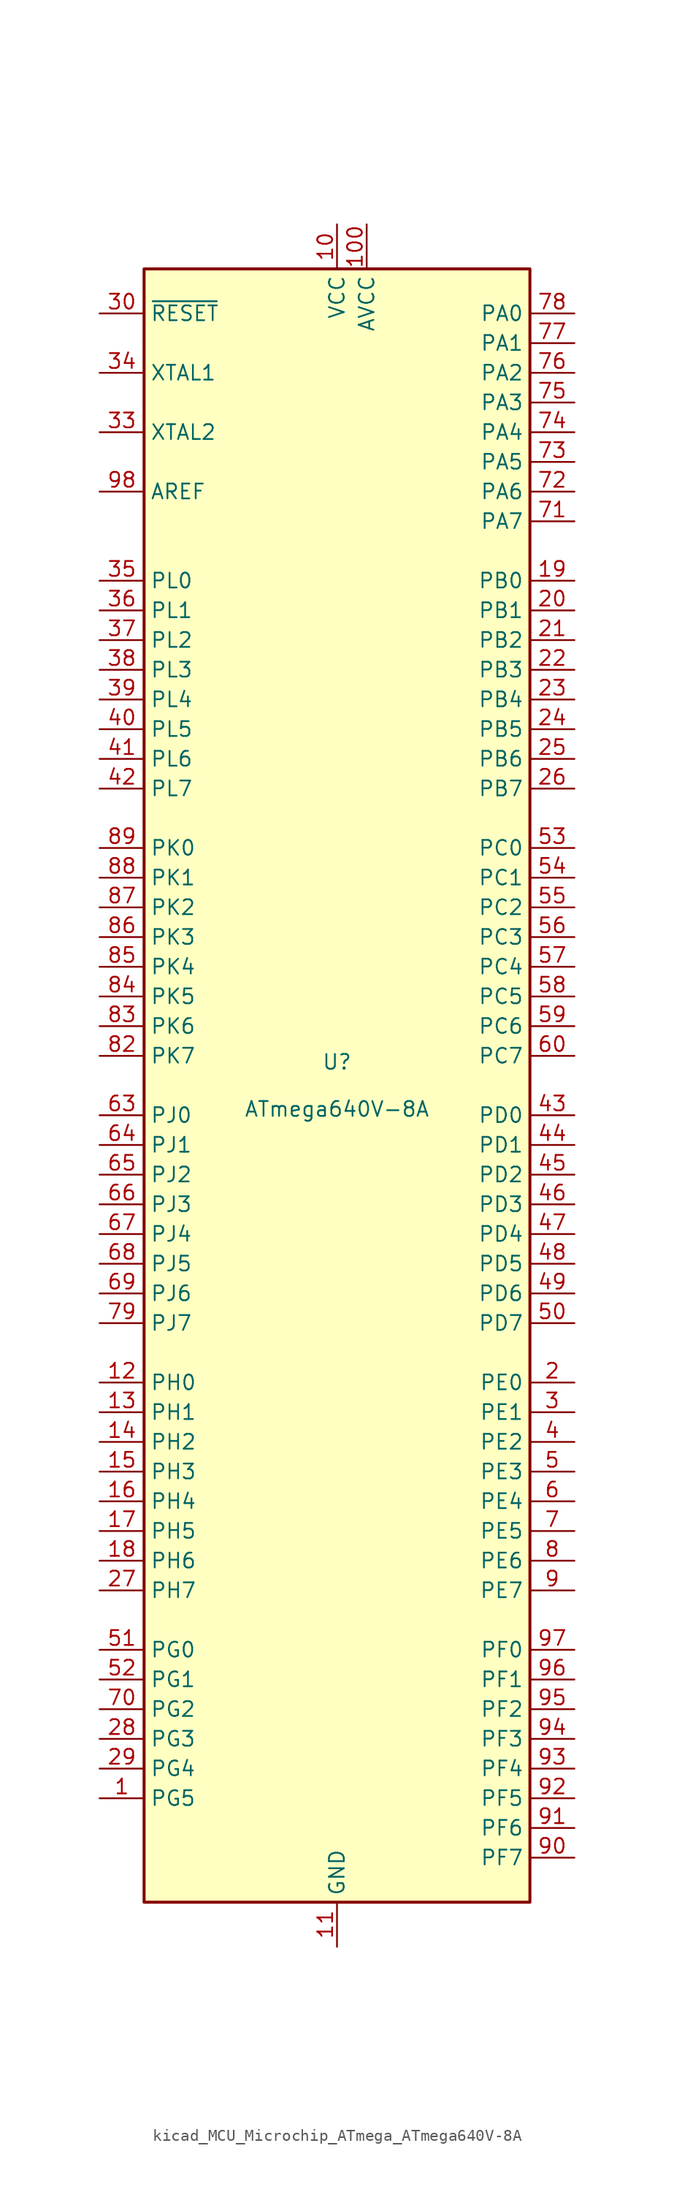
<source format=kicad_sym>
(kicad_symbol_lib
  (version 20220914)
  (generator kicad_symbol_editor)
  (symbol "kicad_MCU_Microchip_ATmega_ATmega640V-8A"
    (property "Reference" "U"
      (at 0 1.27 0)
      (effects (font (size 1.27 1.27)) (justify bottom)))
    (property "Value" "ATmega640V-8A"
      (at 0 -1.27 0)
      (effects (font (size 1.27 1.27)) (justify top)))
    (symbol "kicad_MCU_Microchip_ATmega_ATmega640V-8A_0_1"
      (rectangle (start -16.51 -69.85) (end 16.51 69.85) (stroke (width 0.254) (type default)) (fill (type background))))
    (symbol "kicad_MCU_Microchip_ATmega_ATmega640V-8A_1_1"
      (pin bidirectional line (at -20.32 -60.96 0) (length 3.81) (name "PG5" (effects (font (size 1.27 1.27)))) (number "1" (effects (font (size 1.27 1.27)))))
      (pin power_in line (at 0 73.66 270) (length 3.81) (name "VCC" (effects (font (size 1.27 1.27)))) (number "10" (effects (font (size 1.27 1.27)))))
      (pin power_in line (at 2.54 73.66 270) (length 3.81) (name "AVCC" (effects (font (size 1.27 1.27)))) (number "100" (effects (font (size 1.27 1.27)))))
      (pin power_in line (at 0 -73.66 90) (length 3.81) (name "GND" (effects (font (size 1.27 1.27)))) (number "11" (effects (font (size 1.27 1.27)))))
      (pin bidirectional line (at -20.32 -25.4 0) (length 3.81) (name "PH0" (effects (font (size 1.27 1.27)))) (number "12" (effects (font (size 1.27 1.27)))))
      (pin bidirectional line (at -20.32 -27.94 0) (length 3.81) (name "PH1" (effects (font (size 1.27 1.27)))) (number "13" (effects (font (size 1.27 1.27)))))
      (pin bidirectional line (at -20.32 -30.48 0) (length 3.81) (name "PH2" (effects (font (size 1.27 1.27)))) (number "14" (effects (font (size 1.27 1.27)))))
      (pin bidirectional line (at -20.32 -33.02 0) (length 3.81) (name "PH3" (effects (font (size 1.27 1.27)))) (number "15" (effects (font (size 1.27 1.27)))))
      (pin bidirectional line (at -20.32 -35.56 0) (length 3.81) (name "PH4" (effects (font (size 1.27 1.27)))) (number "16" (effects (font (size 1.27 1.27)))))
      (pin bidirectional line (at -20.32 -38.1 0) (length 3.81) (name "PH5" (effects (font (size 1.27 1.27)))) (number "17" (effects (font (size 1.27 1.27)))))
      (pin bidirectional line (at -20.32 -40.64 0) (length 3.81) (name "PH6" (effects (font (size 1.27 1.27)))) (number "18" (effects (font (size 1.27 1.27)))))
      (pin bidirectional line (at 20.32 43.18 180) (length 3.81) (name "PB0" (effects (font (size 1.27 1.27)))) (number "19" (effects (font (size 1.27 1.27)))))
      (pin bidirectional line (at 20.32 -25.4 180) (length 3.81) (name "PE0" (effects (font (size 1.27 1.27)))) (number "2" (effects (font (size 1.27 1.27)))))
      (pin bidirectional line (at 20.32 40.64 180) (length 3.81) (name "PB1" (effects (font (size 1.27 1.27)))) (number "20" (effects (font (size 1.27 1.27)))))
      (pin bidirectional line (at 20.32 38.1 180) (length 3.81) (name "PB2" (effects (font (size 1.27 1.27)))) (number "21" (effects (font (size 1.27 1.27)))))
      (pin bidirectional line (at 20.32 35.56 180) (length 3.81) (name "PB3" (effects (font (size 1.27 1.27)))) (number "22" (effects (font (size 1.27 1.27)))))
      (pin bidirectional line (at 20.32 33.02 180) (length 3.81) (name "PB4" (effects (font (size 1.27 1.27)))) (number "23" (effects (font (size 1.27 1.27)))))
      (pin bidirectional line (at 20.32 30.48 180) (length 3.81) (name "PB5" (effects (font (size 1.27 1.27)))) (number "24" (effects (font (size 1.27 1.27)))))
      (pin bidirectional line (at 20.32 27.94 180) (length 3.81) (name "PB6" (effects (font (size 1.27 1.27)))) (number "25" (effects (font (size 1.27 1.27)))))
      (pin bidirectional line (at 20.32 25.4 180) (length 3.81) (name "PB7" (effects (font (size 1.27 1.27)))) (number "26" (effects (font (size 1.27 1.27)))))
      (pin bidirectional line (at -20.32 -43.18 0) (length 3.81) (name "PH7" (effects (font (size 1.27 1.27)))) (number "27" (effects (font (size 1.27 1.27)))))
      (pin bidirectional line (at -20.32 -55.88 0) (length 3.81) (name "PG3" (effects (font (size 1.27 1.27)))) (number "28" (effects (font (size 1.27 1.27)))))
      (pin bidirectional line (at -20.32 -58.42 0) (length 3.81) (name "PG4" (effects (font (size 1.27 1.27)))) (number "29" (effects (font (size 1.27 1.27)))))
      (pin bidirectional line (at 20.32 -27.94 180) (length 3.81) (name "PE1" (effects (font (size 1.27 1.27)))) (number "3" (effects (font (size 1.27 1.27)))))
      (pin input line (at -20.32 66.04 0) (length 3.81) (name "~{RESET}" (effects (font (size 1.27 1.27)))) (number "30" (effects (font (size 1.27 1.27)))))
      (pin passive line (at 0 73.66 270) (length 3.81) hide (name "VCC" (effects (font (size 1.27 1.27)))) (number "31" (effects (font (size 1.27 1.27)))))
      (pin passive line (at 0 -73.66 90) (length 3.81) hide (name "GND" (effects (font (size 1.27 1.27)))) (number "32" (effects (font (size 1.27 1.27)))))
      (pin output line (at -20.32 55.88 0) (length 3.81) (name "XTAL2" (effects (font (size 1.27 1.27)))) (number "33" (effects (font (size 1.27 1.27)))))
      (pin input line (at -20.32 60.96 0) (length 3.81) (name "XTAL1" (effects (font (size 1.27 1.27)))) (number "34" (effects (font (size 1.27 1.27)))))
      (pin bidirectional line (at -20.32 43.18 0) (length 3.81) (name "PL0" (effects (font (size 1.27 1.27)))) (number "35" (effects (font (size 1.27 1.27)))))
      (pin bidirectional line (at -20.32 40.64 0) (length 3.81) (name "PL1" (effects (font (size 1.27 1.27)))) (number "36" (effects (font (size 1.27 1.27)))))
      (pin bidirectional line (at -20.32 38.1 0) (length 3.81) (name "PL2" (effects (font (size 1.27 1.27)))) (number "37" (effects (font (size 1.27 1.27)))))
      (pin bidirectional line (at -20.32 35.56 0) (length 3.81) (name "PL3" (effects (font (size 1.27 1.27)))) (number "38" (effects (font (size 1.27 1.27)))))
      (pin bidirectional line (at -20.32 33.02 0) (length 3.81) (name "PL4" (effects (font (size 1.27 1.27)))) (number "39" (effects (font (size 1.27 1.27)))))
      (pin bidirectional line (at 20.32 -30.48 180) (length 3.81) (name "PE2" (effects (font (size 1.27 1.27)))) (number "4" (effects (font (size 1.27 1.27)))))
      (pin bidirectional line (at -20.32 30.48 0) (length 3.81) (name "PL5" (effects (font (size 1.27 1.27)))) (number "40" (effects (font (size 1.27 1.27)))))
      (pin bidirectional line (at -20.32 27.94 0) (length 3.81) (name "PL6" (effects (font (size 1.27 1.27)))) (number "41" (effects (font (size 1.27 1.27)))))
      (pin bidirectional line (at -20.32 25.4 0) (length 3.81) (name "PL7" (effects (font (size 1.27 1.27)))) (number "42" (effects (font (size 1.27 1.27)))))
      (pin bidirectional line (at 20.32 -2.54 180) (length 3.81) (name "PD0" (effects (font (size 1.27 1.27)))) (number "43" (effects (font (size 1.27 1.27)))))
      (pin bidirectional line (at 20.32 -5.08 180) (length 3.81) (name "PD1" (effects (font (size 1.27 1.27)))) (number "44" (effects (font (size 1.27 1.27)))))
      (pin bidirectional line (at 20.32 -7.62 180) (length 3.81) (name "PD2" (effects (font (size 1.27 1.27)))) (number "45" (effects (font (size 1.27 1.27)))))
      (pin bidirectional line (at 20.32 -10.16 180) (length 3.81) (name "PD3" (effects (font (size 1.27 1.27)))) (number "46" (effects (font (size 1.27 1.27)))))
      (pin bidirectional line (at 20.32 -12.7 180) (length 3.81) (name "PD4" (effects (font (size 1.27 1.27)))) (number "47" (effects (font (size 1.27 1.27)))))
      (pin bidirectional line (at 20.32 -15.24 180) (length 3.81) (name "PD5" (effects (font (size 1.27 1.27)))) (number "48" (effects (font (size 1.27 1.27)))))
      (pin bidirectional line (at 20.32 -17.78 180) (length 3.81) (name "PD6" (effects (font (size 1.27 1.27)))) (number "49" (effects (font (size 1.27 1.27)))))
      (pin bidirectional line (at 20.32 -33.02 180) (length 3.81) (name "PE3" (effects (font (size 1.27 1.27)))) (number "5" (effects (font (size 1.27 1.27)))))
      (pin bidirectional line (at 20.32 -20.32 180) (length 3.81) (name "PD7" (effects (font (size 1.27 1.27)))) (number "50" (effects (font (size 1.27 1.27)))))
      (pin bidirectional line (at -20.32 -48.26 0) (length 3.81) (name "PG0" (effects (font (size 1.27 1.27)))) (number "51" (effects (font (size 1.27 1.27)))))
      (pin bidirectional line (at -20.32 -50.8 0) (length 3.81) (name "PG1" (effects (font (size 1.27 1.27)))) (number "52" (effects (font (size 1.27 1.27)))))
      (pin bidirectional line (at 20.32 20.32 180) (length 3.81) (name "PC0" (effects (font (size 1.27 1.27)))) (number "53" (effects (font (size 1.27 1.27)))))
      (pin bidirectional line (at 20.32 17.78 180) (length 3.81) (name "PC1" (effects (font (size 1.27 1.27)))) (number "54" (effects (font (size 1.27 1.27)))))
      (pin bidirectional line (at 20.32 15.24 180) (length 3.81) (name "PC2" (effects (font (size 1.27 1.27)))) (number "55" (effects (font (size 1.27 1.27)))))
      (pin bidirectional line (at 20.32 12.7 180) (length 3.81) (name "PC3" (effects (font (size 1.27 1.27)))) (number "56" (effects (font (size 1.27 1.27)))))
      (pin bidirectional line (at 20.32 10.16 180) (length 3.81) (name "PC4" (effects (font (size 1.27 1.27)))) (number "57" (effects (font (size 1.27 1.27)))))
      (pin bidirectional line (at 20.32 7.62 180) (length 3.81) (name "PC5" (effects (font (size 1.27 1.27)))) (number "58" (effects (font (size 1.27 1.27)))))
      (pin bidirectional line (at 20.32 5.08 180) (length 3.81) (name "PC6" (effects (font (size 1.27 1.27)))) (number "59" (effects (font (size 1.27 1.27)))))
      (pin bidirectional line (at 20.32 -35.56 180) (length 3.81) (name "PE4" (effects (font (size 1.27 1.27)))) (number "6" (effects (font (size 1.27 1.27)))))
      (pin bidirectional line (at 20.32 2.54 180) (length 3.81) (name "PC7" (effects (font (size 1.27 1.27)))) (number "60" (effects (font (size 1.27 1.27)))))
      (pin passive line (at 0 73.66 270) (length 3.81) hide (name "VCC" (effects (font (size 1.27 1.27)))) (number "61" (effects (font (size 1.27 1.27)))))
      (pin passive line (at 0 -73.66 90) (length 3.81) hide (name "GND" (effects (font (size 1.27 1.27)))) (number "62" (effects (font (size 1.27 1.27)))))
      (pin bidirectional line (at -20.32 -2.54 0) (length 3.81) (name "PJ0" (effects (font (size 1.27 1.27)))) (number "63" (effects (font (size 1.27 1.27)))))
      (pin bidirectional line (at -20.32 -5.08 0) (length 3.81) (name "PJ1" (effects (font (size 1.27 1.27)))) (number "64" (effects (font (size 1.27 1.27)))))
      (pin bidirectional line (at -20.32 -7.62 0) (length 3.81) (name "PJ2" (effects (font (size 1.27 1.27)))) (number "65" (effects (font (size 1.27 1.27)))))
      (pin bidirectional line (at -20.32 -10.16 0) (length 3.81) (name "PJ3" (effects (font (size 1.27 1.27)))) (number "66" (effects (font (size 1.27 1.27)))))
      (pin bidirectional line (at -20.32 -12.7 0) (length 3.81) (name "PJ4" (effects (font (size 1.27 1.27)))) (number "67" (effects (font (size 1.27 1.27)))))
      (pin bidirectional line (at -20.32 -15.24 0) (length 3.81) (name "PJ5" (effects (font (size 1.27 1.27)))) (number "68" (effects (font (size 1.27 1.27)))))
      (pin bidirectional line (at -20.32 -17.78 0) (length 3.81) (name "PJ6" (effects (font (size 1.27 1.27)))) (number "69" (effects (font (size 1.27 1.27)))))
      (pin bidirectional line (at 20.32 -38.1 180) (length 3.81) (name "PE5" (effects (font (size 1.27 1.27)))) (number "7" (effects (font (size 1.27 1.27)))))
      (pin bidirectional line (at -20.32 -53.34 0) (length 3.81) (name "PG2" (effects (font (size 1.27 1.27)))) (number "70" (effects (font (size 1.27 1.27)))))
      (pin bidirectional line (at 20.32 48.26 180) (length 3.81) (name "PA7" (effects (font (size 1.27 1.27)))) (number "71" (effects (font (size 1.27 1.27)))))
      (pin bidirectional line (at 20.32 50.8 180) (length 3.81) (name "PA6" (effects (font (size 1.27 1.27)))) (number "72" (effects (font (size 1.27 1.27)))))
      (pin bidirectional line (at 20.32 53.34 180) (length 3.81) (name "PA5" (effects (font (size 1.27 1.27)))) (number "73" (effects (font (size 1.27 1.27)))))
      (pin bidirectional line (at 20.32 55.88 180) (length 3.81) (name "PA4" (effects (font (size 1.27 1.27)))) (number "74" (effects (font (size 1.27 1.27)))))
      (pin bidirectional line (at 20.32 58.42 180) (length 3.81) (name "PA3" (effects (font (size 1.27 1.27)))) (number "75" (effects (font (size 1.27 1.27)))))
      (pin bidirectional line (at 20.32 60.96 180) (length 3.81) (name "PA2" (effects (font (size 1.27 1.27)))) (number "76" (effects (font (size 1.27 1.27)))))
      (pin bidirectional line (at 20.32 63.5 180) (length 3.81) (name "PA1" (effects (font (size 1.27 1.27)))) (number "77" (effects (font (size 1.27 1.27)))))
      (pin bidirectional line (at 20.32 66.04 180) (length 3.81) (name "PA0" (effects (font (size 1.27 1.27)))) (number "78" (effects (font (size 1.27 1.27)))))
      (pin bidirectional line (at -20.32 -20.32 0) (length 3.81) (name "PJ7" (effects (font (size 1.27 1.27)))) (number "79" (effects (font (size 1.27 1.27)))))
      (pin bidirectional line (at 20.32 -40.64 180) (length 3.81) (name "PE6" (effects (font (size 1.27 1.27)))) (number "8" (effects (font (size 1.27 1.27)))))
      (pin passive line (at 0 73.66 270) (length 3.81) hide (name "VCC" (effects (font (size 1.27 1.27)))) (number "80" (effects (font (size 1.27 1.27)))))
      (pin passive line (at 0 -73.66 90) (length 3.81) hide (name "GND" (effects (font (size 1.27 1.27)))) (number "81" (effects (font (size 1.27 1.27)))))
      (pin bidirectional line (at -20.32 2.54 0) (length 3.81) (name "PK7" (effects (font (size 1.27 1.27)))) (number "82" (effects (font (size 1.27 1.27)))))
      (pin bidirectional line (at -20.32 5.08 0) (length 3.81) (name "PK6" (effects (font (size 1.27 1.27)))) (number "83" (effects (font (size 1.27 1.27)))))
      (pin bidirectional line (at -20.32 7.62 0) (length 3.81) (name "PK5" (effects (font (size 1.27 1.27)))) (number "84" (effects (font (size 1.27 1.27)))))
      (pin bidirectional line (at -20.32 10.16 0) (length 3.81) (name "PK4" (effects (font (size 1.27 1.27)))) (number "85" (effects (font (size 1.27 1.27)))))
      (pin bidirectional line (at -20.32 12.7 0) (length 3.81) (name "PK3" (effects (font (size 1.27 1.27)))) (number "86" (effects (font (size 1.27 1.27)))))
      (pin bidirectional line (at -20.32 15.24 0) (length 3.81) (name "PK2" (effects (font (size 1.27 1.27)))) (number "87" (effects (font (size 1.27 1.27)))))
      (pin bidirectional line (at -20.32 17.78 0) (length 3.81) (name "PK1" (effects (font (size 1.27 1.27)))) (number "88" (effects (font (size 1.27 1.27)))))
      (pin bidirectional line (at -20.32 20.32 0) (length 3.81) (name "PK0" (effects (font (size 1.27 1.27)))) (number "89" (effects (font (size 1.27 1.27)))))
      (pin bidirectional line (at 20.32 -43.18 180) (length 3.81) (name "PE7" (effects (font (size 1.27 1.27)))) (number "9" (effects (font (size 1.27 1.27)))))
      (pin bidirectional line (at 20.32 -66.04 180) (length 3.81) (name "PF7" (effects (font (size 1.27 1.27)))) (number "90" (effects (font (size 1.27 1.27)))))
      (pin bidirectional line (at 20.32 -63.5 180) (length 3.81) (name "PF6" (effects (font (size 1.27 1.27)))) (number "91" (effects (font (size 1.27 1.27)))))
      (pin bidirectional line (at 20.32 -60.96 180) (length 3.81) (name "PF5" (effects (font (size 1.27 1.27)))) (number "92" (effects (font (size 1.27 1.27)))))
      (pin bidirectional line (at 20.32 -58.42 180) (length 3.81) (name "PF4" (effects (font (size 1.27 1.27)))) (number "93" (effects (font (size 1.27 1.27)))))
      (pin bidirectional line (at 20.32 -55.88 180) (length 3.81) (name "PF3" (effects (font (size 1.27 1.27)))) (number "94" (effects (font (size 1.27 1.27)))))
      (pin bidirectional line (at 20.32 -53.34 180) (length 3.81) (name "PF2" (effects (font (size 1.27 1.27)))) (number "95" (effects (font (size 1.27 1.27)))))
      (pin bidirectional line (at 20.32 -50.8 180) (length 3.81) (name "PF1" (effects (font (size 1.27 1.27)))) (number "96" (effects (font (size 1.27 1.27)))))
      (pin bidirectional line (at 20.32 -48.26 180) (length 3.81) (name "PF0" (effects (font (size 1.27 1.27)))) (number "97" (effects (font (size 1.27 1.27)))))
      (pin passive line (at -20.32 50.8 0) (length 3.81) (name "AREF" (effects (font (size 1.27 1.27)))) (number "98" (effects (font (size 1.27 1.27)))))
      (pin passive line (at 0 -73.66 90) (length 3.81) hide (name "GND" (effects (font (size 1.27 1.27)))) (number "99" (effects (font (size 1.27 1.27))))))))
</source>
